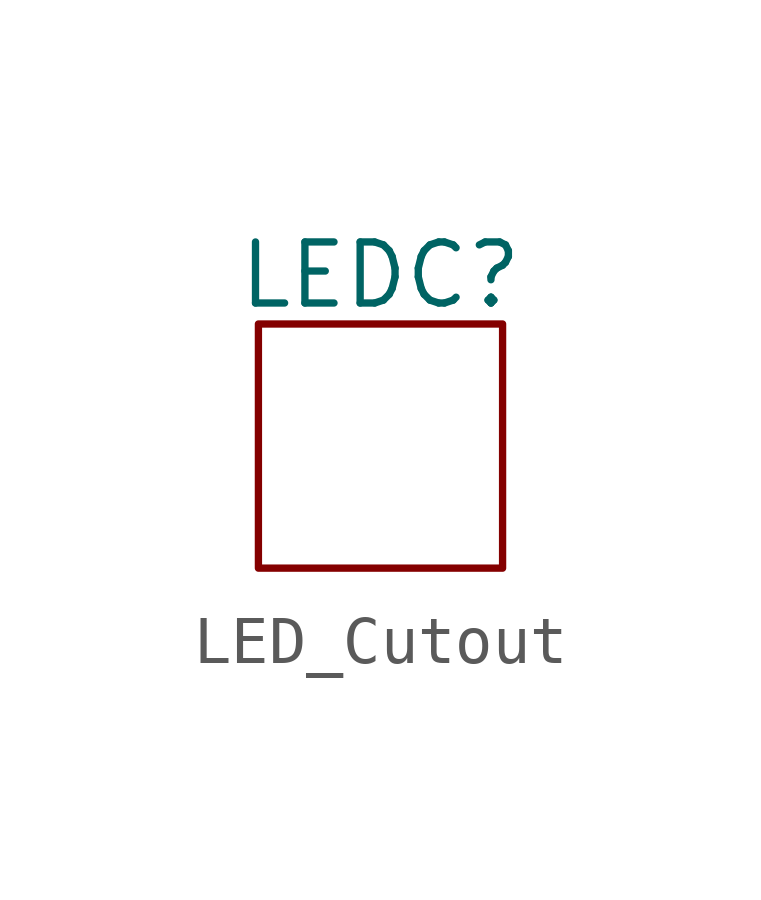
<source format=kicad_sym>
(kicad_symbol_lib
  (version 20231120)
  (generator "kicad_symbol_editor")
  (generator_version "8.0")
  (symbol "LED_Cutout"
    (pin_numbers hide)
    (pin_names
      (offset 0) hide)
    (property "Reference" "LEDC"
      (at 0 3.556 0)
      (effects (font (size 1.27 1.27))))
    (property "Value" ""
      (at 0 0 0)
      (effects (font (size 1.27 1.27))))
    (symbol "LED_Cutout_0_1"
      (rectangle (start -2.54 2.54) (end 2.54 -2.54) (stroke (width 0) (type default)) (fill (type none))))))
</source>
